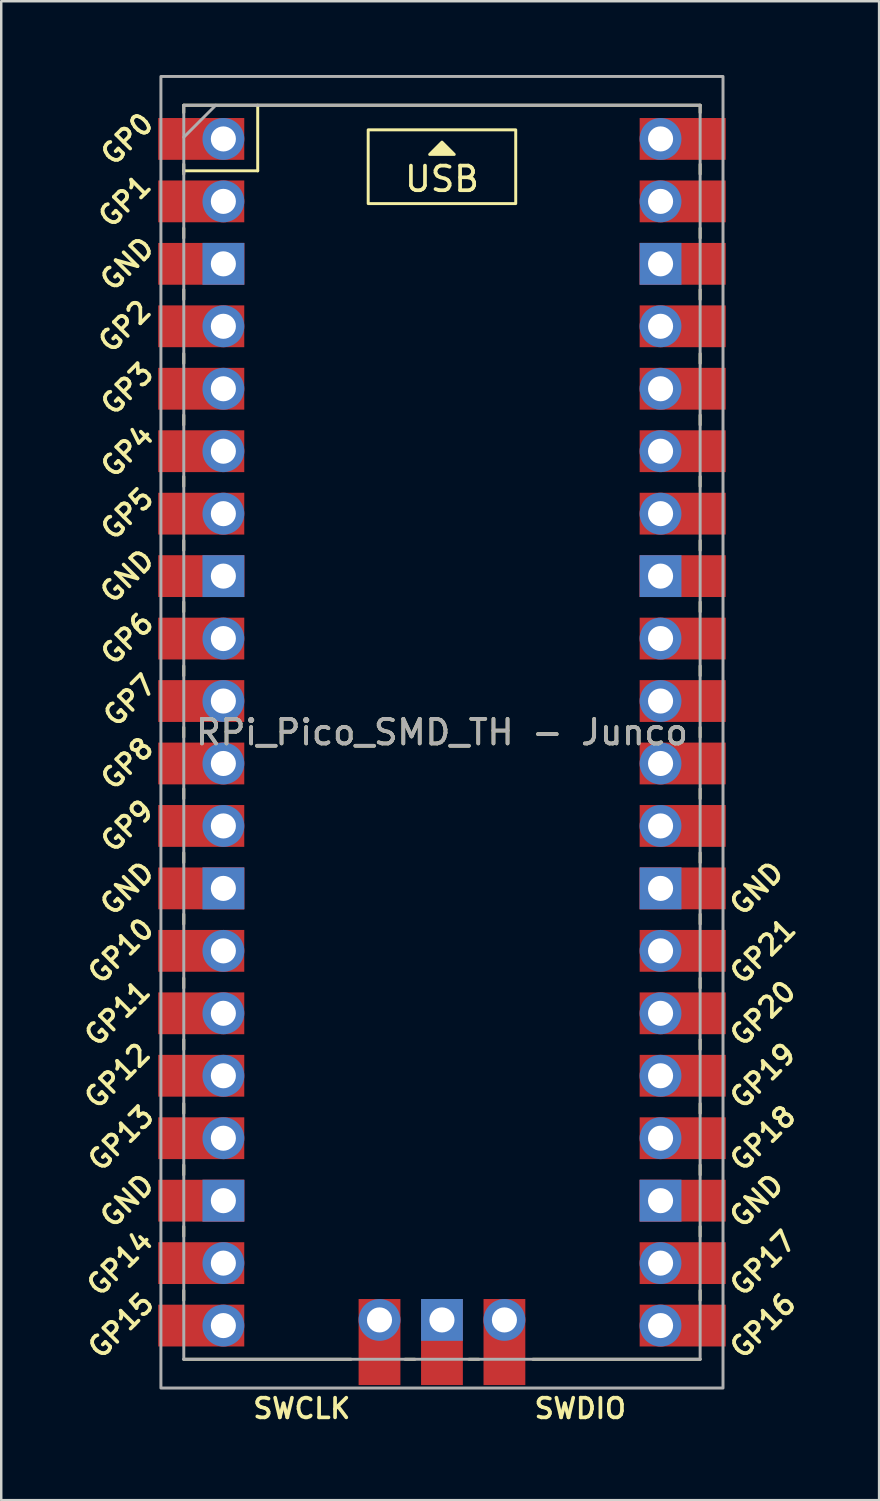
<source format=kicad_pcb>
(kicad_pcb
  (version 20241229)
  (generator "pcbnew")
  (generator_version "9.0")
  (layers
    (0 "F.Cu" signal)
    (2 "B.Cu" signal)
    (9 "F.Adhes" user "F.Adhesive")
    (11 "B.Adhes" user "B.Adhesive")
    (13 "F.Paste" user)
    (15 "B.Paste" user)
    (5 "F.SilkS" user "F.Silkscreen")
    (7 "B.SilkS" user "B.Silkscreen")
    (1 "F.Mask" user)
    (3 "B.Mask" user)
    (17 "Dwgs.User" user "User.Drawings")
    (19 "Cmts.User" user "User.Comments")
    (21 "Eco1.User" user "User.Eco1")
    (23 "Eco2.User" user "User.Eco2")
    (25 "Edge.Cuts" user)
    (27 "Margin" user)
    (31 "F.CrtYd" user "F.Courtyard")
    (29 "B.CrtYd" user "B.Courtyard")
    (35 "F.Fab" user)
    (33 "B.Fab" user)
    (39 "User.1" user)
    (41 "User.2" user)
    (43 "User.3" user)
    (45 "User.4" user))
  (footprint "RPi_Pico_SMD_TH - Junco"
    (layer "F.Cu")
    (at 14.924 26.73)
    (property "Reference" "RPi_Pico_SMD_TH - Junco" (at 0 0 0) (layer "F.SilkS") (effects (font (size 1 1) (thickness 0.15))))
    (attr through_hole)
    (fp_line (start -10.5 -25.5) (end -10.5 -25.2) (stroke (width 0.12) (type solid)) (layer "F.SilkS"))
    (fp_line (start -10.5 -25.5) (end 10.5 -25.5) (stroke (width 0.12) (type solid)) (layer "F.SilkS"))
    (fp_line (start -10.5 -23.1) (end -10.5 -22.7) (stroke (width 0.12) (type solid)) (layer "F.SilkS"))
    (fp_line (start -10.5 -22.833) (end -7.493 -22.833) (stroke (width 0.12) (type solid)) (layer "F.SilkS"))
    (fp_line (start -10.5 -20.5) (end -10.5 -20.1) (stroke (width 0.12) (type solid)) (layer "F.SilkS"))
    (fp_line (start -10.5 -18) (end -10.5 -17.6) (stroke (width 0.12) (type solid)) (layer "F.SilkS"))
    (fp_line (start -10.5 -15.4) (end -10.5 -15) (stroke (width 0.12) (type solid)) (layer "F.SilkS"))
    (fp_line (start -10.5 -12.9) (end -10.5 -12.5) (stroke (width 0.12) (type solid)) (layer "F.SilkS"))
    (fp_line (start -10.5 -10.4) (end -10.5 -10) (stroke (width 0.12) (type solid)) (layer "F.SilkS"))
    (fp_line (start -10.5 -7.8) (end -10.5 -7.4) (stroke (width 0.12) (type solid)) (layer "F.SilkS"))
    (fp_line (start -10.5 -5.3) (end -10.5 -4.9) (stroke (width 0.12) (type solid)) (layer "F.SilkS"))
    (fp_line (start -10.5 -2.7) (end -10.5 -2.3) (stroke (width 0.12) (type solid)) (layer "F.SilkS"))
    (fp_line (start -10.5 -0.2) (end -10.5 0.2) (stroke (width 0.12) (type solid)) (layer "F.SilkS"))
    (fp_line (start -10.5 2.3) (end -10.5 2.7) (stroke (width 0.12) (type solid)) (layer "F.SilkS"))
    (fp_line (start -10.5 4.9) (end -10.5 5.3) (stroke (width 0.12) (type solid)) (layer "F.SilkS"))
    (fp_line (start -10.5 7.4) (end -10.5 7.8) (stroke (width 0.12) (type solid)) (layer "F.SilkS"))
    (fp_line (start -10.5 10) (end -10.5 10.4) (stroke (width 0.12) (type solid)) (layer "F.SilkS"))
    (fp_line (start -10.5 12.5) (end -10.5 12.9) (stroke (width 0.12) (type solid)) (layer "F.SilkS"))
    (fp_line (start -10.5 15.1) (end -10.5 15.5) (stroke (width 0.12) (type solid)) (layer "F.SilkS"))
    (fp_line (start -10.5 17.6) (end -10.5 18) (stroke (width 0.12) (type solid)) (layer "F.SilkS"))
    (fp_line (start -10.5 20.1) (end -10.5 20.5) (stroke (width 0.12) (type solid)) (layer "F.SilkS"))
    (fp_line (start -10.5 22.7) (end -10.5 23.1) (stroke (width 0.12) (type solid)) (layer "F.SilkS"))
    (fp_line (start -7.493 -22.833) (end -7.493 -25.5) (stroke (width 0.12) (type solid)) (layer "F.SilkS"))
    (fp_line (start -3.7 25.5) (end -10.5 25.5) (stroke (width 0.12) (type solid)) (layer "F.SilkS"))
    (fp_line (start -1.5 25.5) (end -1.1 25.5) (stroke (width 0.12) (type solid)) (layer "F.SilkS"))
    (fp_line (start 1.1 25.5) (end 1.5 25.5) (stroke (width 0.12) (type solid)) (layer "F.SilkS"))
    (fp_line (start 10.5 -25.5) (end 10.5 -25.2) (stroke (width 0.12) (type solid)) (layer "F.SilkS"))
    (fp_line (start 10.5 -23.1) (end 10.5 -22.7) (stroke (width 0.12) (type solid)) (layer "F.SilkS"))
    (fp_line (start 10.5 -20.5) (end 10.5 -20.1) (stroke (width 0.12) (type solid)) (layer "F.SilkS"))
    (fp_line (start 10.5 -18) (end 10.5 -17.6) (stroke (width 0.12) (type solid)) (layer "F.SilkS"))
    (fp_line (start 10.5 -15.4) (end 10.5 -15) (stroke (width 0.12) (type solid)) (layer "F.SilkS"))
    (fp_line (start 10.5 -12.9) (end 10.5 -12.5) (stroke (width 0.12) (type solid)) (layer "F.SilkS"))
    (fp_line (start 10.5 -10.4) (end 10.5 -10) (stroke (width 0.12) (type solid)) (layer "F.SilkS"))
    (fp_line (start 10.5 -7.8) (end 10.5 -7.4) (stroke (width 0.12) (type solid)) (layer "F.SilkS"))
    (fp_line (start 10.5 -5.3) (end 10.5 -4.9) (stroke (width 0.12) (type solid)) (layer "F.SilkS"))
    (fp_line (start 10.5 -2.7) (end 10.5 -2.3) (stroke (width 0.12) (type solid)) (layer "F.SilkS"))
    (fp_line (start 10.5 -0.2) (end 10.5 0.2) (stroke (width 0.12) (type solid)) (layer "F.SilkS"))
    (fp_line (start 10.5 2.3) (end 10.5 2.7) (stroke (width 0.12) (type solid)) (layer "F.SilkS"))
    (fp_line (start 10.5 4.9) (end 10.5 5.3) (stroke (width 0.12) (type solid)) (layer "F.SilkS"))
    (fp_line (start 10.5 7.4) (end 10.5 7.8) (stroke (width 0.12) (type solid)) (layer "F.SilkS"))
    (fp_line (start 10.5 10) (end 10.5 10.4) (stroke (width 0.12) (type solid)) (layer "F.SilkS"))
    (fp_line (start 10.5 12.5) (end 10.5 12.9) (stroke (width 0.12) (type solid)) (layer "F.SilkS"))
    (fp_line (start 10.5 15.1) (end 10.5 15.5) (stroke (width 0.12) (type solid)) (layer "F.SilkS"))
    (fp_line (start 10.5 17.6) (end 10.5 18) (stroke (width 0.12) (type solid)) (layer "F.SilkS"))
    (fp_line (start 10.5 20.1) (end 10.5 20.5) (stroke (width 0.12) (type solid)) (layer "F.SilkS"))
    (fp_line (start 10.5 22.7) (end 10.5 23.1) (stroke (width 0.12) (type solid)) (layer "F.SilkS"))
    (fp_line (start 10.5 25.5) (end 3.7 25.5) (stroke (width 0.12) (type solid)) (layer "F.SilkS"))
    (fp_rect (start -3 -24.5) (end 3 -21.5) (stroke (width 0.12) (type solid)) (fill no) (layer "F.SilkS"))
    (fp_poly (pts (xy 0.5 -23.5) (xy -0.5 -23.5) (xy 0 -24)) (stroke (width 0.12) (type solid)) (fill yes) (layer "F.SilkS"))
    (fp_line (start -10.5 -25.5) (end 10.5 -25.5) (stroke (width 0.12) (type solid)) (layer "F.Fab"))
    (fp_line (start -10.5 -24.2) (end -9.2 -25.5) (stroke (width 0.12) (type solid)) (layer "F.Fab"))
    (fp_line (start -10.5 25.5) (end -10.5 -25.5) (stroke (width 0.12) (type solid)) (layer "F.Fab"))
    (fp_line (start 10.5 -25.5) (end 10.5 25.5) (stroke (width 0.12) (type solid)) (layer "F.Fab"))
    (fp_line (start 10.5 25.5) (end -10.5 25.5) (stroke (width 0.12) (type solid)) (layer "F.Fab"))
    (fp_rect (start -11.43 -26.67) (end 11.43 26.67) (stroke (width 0.12) (type solid)) (fill no) (layer "F.Fab"))
    (fp_text user "GP10" (at -13.054 8.89 45) (layer "F.SilkS") (effects (font (size 0.8 0.8) (thickness 0.15))))
    (fp_text user "GP18" (at 13.054 16.51 45) (layer "F.SilkS") (effects (font (size 0.8 0.8) (thickness 0.15))))
    (fp_text user "GP17" (at 13.054 21.59 45) (layer "F.SilkS") (effects (font (size 0.8 0.8) (thickness 0.15))))
    (fp_text user "SWDIO" (at 5.625 27.5 0) (layer "F.SilkS") (effects (font (size 0.8 0.8) (thickness 0.15))))
    (fp_text user "GP5" (at -12.8 -8.89 45) (layer "F.SilkS") (effects (font (size 0.8 0.8) (thickness 0.15))))
    (fp_text user "GP16" (at 13.054 24.13 45) (layer "F.SilkS") (effects (font (size 0.8 0.8) (thickness 0.15))))
    (fp_text user "SWCLK" (at -5.7 27.5 0) (layer "F.SilkS") (effects (font (size 0.8 0.8) (thickness 0.15))))
    (fp_text user "GP0" (at -12.8 -24.13 45) (layer "F.SilkS") (effects (font (size 0.8 0.8) (thickness 0.15))))
    (fp_text user "GP21" (at 13.054 8.9 45) (layer "F.SilkS") (effects (font (size 0.8 0.8) (thickness 0.15))))
    (fp_text user "GP6" (at -12.8 -3.81 45) (layer "F.SilkS") (effects (font (size 0.8 0.8) (thickness 0.15))))
    (fp_text user "GP15" (at -13.054 24.13 45) (layer "F.SilkS") (effects (font (size 0.8 0.8) (thickness 0.15))))
    (fp_text user "GP3" (at -12.8 -13.97 45) (layer "F.SilkS") (effects (font (size 0.8 0.8) (thickness 0.15))))
    (fp_text user "GND" (at -12.8 19.05 45) (layer "F.SilkS") (effects (font (size 0.8 0.8) (thickness 0.15))))
    (fp_text user "GND" (at 12.8 6.35 45) (layer "F.SilkS") (effects (font (size 0.8 0.8) (thickness 0.15))))
    (fp_text user "GP19" (at 13.054 13.97 45) (layer "F.SilkS") (effects (font (size 0.8 0.8) (thickness 0.15))))
    (fp_text user "GND" (at -12.8 -6.35 45) (layer "F.SilkS") (effects (font (size 0.8 0.8) (thickness 0.15))))
    (fp_text user "GP1" (at -12.9 -21.6 45) (layer "F.SilkS") (effects (font (size 0.8 0.8) (thickness 0.15))))
    (fp_text user "GP2" (at -12.9 -16.51 45) (layer "F.SilkS") (effects (font (size 0.8 0.8) (thickness 0.15))))
    (fp_text user "GND" (at -12.8 6.35 45) (layer "F.SilkS") (effects (font (size 0.8 0.8) (thickness 0.15))))
    (fp_text user "USB" (at 0 -22.5 0) (unlocked yes) (layer "F.SilkS") (effects (font (size 1 1) (thickness 0.15))))
    (fp_text user "GP7" (at -12.7 -1.3 45) (layer "F.SilkS") (effects (font (size 0.8 0.8) (thickness 0.15))))
    (fp_text user "GP8" (at -12.8 1.27 45) (layer "F.SilkS") (effects (font (size 0.8 0.8) (thickness 0.15))))
    (fp_text user "GP11" (at -13.2 11.43 45) (layer "F.SilkS") (effects (font (size 0.8 0.8) (thickness 0.15))))
    (fp_text user "GP14" (at -13.1 21.59 45) (layer "F.SilkS") (effects (font (size 0.8 0.8) (thickness 0.15))))
    (fp_text user "GP20" (at 13.054 11.43 45) (layer "F.SilkS") (effects (font (size 0.8 0.8) (thickness 0.15))))
    (fp_text user "GP13" (at -13.054 16.51 45) (layer "F.SilkS") (effects (font (size 0.8 0.8) (thickness 0.15))))
    (fp_text user "GP4" (at -12.8 -11.43 45) (layer "F.SilkS") (effects (font (size 0.8 0.8) (thickness 0.15))))
    (fp_text user "GND" (at 12.8 19.05 45) (layer "F.SilkS") (effects (font (size 0.8 0.8) (thickness 0.15))))
    (fp_text user "GP12" (at -13.2 13.97 45) (layer "F.SilkS") (effects (font (size 0.8 0.8) (thickness 0.15))))
    (fp_text user "GP9" (at -12.8 3.81 45) (layer "F.SilkS") (effects (font (size 0.8 0.8) (thickness 0.15))))
    (fp_text user "GND" (at -12.8 -19.05 45) (layer "F.SilkS") (effects (font (size 0.8 0.8) (thickness 0.15))))
    (fp_text user "${REFERENCE}" (at 0 0 180) (layer "F.Fab") (effects (font (size 1 1) (thickness 0.15))))
    (pad "1" thru_hole oval (at -8.89 -24.13) (size 1.7 1.7) (drill 1.02) (layers "*.Cu" "*.Mask"))
    (pad "1" smd rect (at -8.89 -24.13) (size 3.5 1.7) (drill (offset -0.9 0)) (layers "F.Cu" "F.Mask"))
    (pad "2" thru_hole oval (at -8.89 -21.59) (size 1.7 1.7) (drill 1.02) (layers "*.Cu" "*.Mask"))
    (pad "2" smd rect (at -8.89 -21.59) (size 3.5 1.7) (drill (offset -0.9 0)) (layers "F.Cu" "F.Mask"))
    (pad "3" thru_hole rect (at -8.89 -19.05) (size 1.7 1.7) (drill 1.02) (layers "*.Cu" "*.Mask"))
    (pad "3" smd rect (at -8.89 -19.05) (size 3.5 1.7) (drill (offset -0.9 0)) (layers "F.Cu" "F.Mask"))
    (pad "4" thru_hole oval (at -8.89 -16.51) (size 1.7 1.7) (drill 1.02) (layers "*.Cu" "*.Mask"))
    (pad "4" smd rect (at -8.89 -16.51) (size 3.5 1.7) (drill (offset -0.9 0)) (layers "F.Cu" "F.Mask"))
    (pad "5" thru_hole oval (at -8.89 -13.97) (size 1.7 1.7) (drill 1.02) (layers "*.Cu" "*.Mask"))
    (pad "5" smd rect (at -8.89 -13.97) (size 3.5 1.7) (drill (offset -0.9 0)) (layers "F.Cu" "F.Mask"))
    (pad "6" thru_hole oval (at -8.89 -11.43) (size 1.7 1.7) (drill 1.02) (layers "*.Cu" "*.Mask"))
    (pad "6" smd rect (at -8.89 -11.43) (size 3.5 1.7) (drill (offset -0.9 0)) (layers "F.Cu" "F.Mask"))
    (pad "7" thru_hole oval (at -8.89 -8.89) (size 1.7 1.7) (drill 1.02) (layers "*.Cu" "*.Mask"))
    (pad "7" smd rect (at -8.89 -8.89) (size 3.5 1.7) (drill (offset -0.9 0)) (layers "F.Cu" "F.Mask"))
    (pad "8" thru_hole rect (at -8.89 -6.35) (size 1.7 1.7) (drill 1.02) (layers "*.Cu" "*.Mask"))
    (pad "8" smd rect (at -8.89 -6.35) (size 3.5 1.7) (drill (offset -0.9 0)) (layers "F.Cu" "F.Mask"))
    (pad "9" thru_hole oval (at -8.89 -3.81) (size 1.7 1.7) (drill 1.02) (layers "*.Cu" "*.Mask"))
    (pad "9" smd rect (at -8.89 -3.81) (size 3.5 1.7) (drill (offset -0.9 0)) (layers "F.Cu" "F.Mask"))
    (pad "10" thru_hole oval (at -8.89 -1.27) (size 1.7 1.7) (drill 1.02) (layers "*.Cu" "*.Mask"))
    (pad "10" smd rect (at -8.89 -1.27) (size 3.5 1.7) (drill (offset -0.9 0)) (layers "F.Cu" "F.Mask"))
    (pad "11" thru_hole oval (at -8.89 1.27) (size 1.7 1.7) (drill 1.02) (layers "*.Cu" "*.Mask"))
    (pad "11" smd rect (at -8.89 1.27) (size 3.5 1.7) (drill (offset -0.9 0)) (layers "F.Cu" "F.Mask"))
    (pad "12" thru_hole oval (at -8.89 3.81) (size 1.7 1.7) (drill 1.02) (layers "*.Cu" "*.Mask"))
    (pad "12" smd rect (at -8.89 3.81) (size 3.5 1.7) (drill (offset -0.9 0)) (layers "F.Cu" "F.Mask"))
    (pad "13" thru_hole rect (at -8.89 6.35) (size 1.7 1.7) (drill 1.02) (layers "*.Cu" "*.Mask"))
    (pad "13" smd rect (at -8.89 6.35) (size 3.5 1.7) (drill (offset -0.9 0)) (layers "F.Cu" "F.Mask"))
    (pad "14" thru_hole oval (at -8.89 8.89) (size 1.7 1.7) (drill 1.02) (layers "*.Cu" "*.Mask"))
    (pad "14" smd rect (at -8.89 8.89) (size 3.5 1.7) (drill (offset -0.9 0)) (layers "F.Cu" "F.Mask"))
    (pad "15" thru_hole oval (at -8.89 11.43) (size 1.7 1.7) (drill 1.02) (layers "*.Cu" "*.Mask"))
    (pad "15" smd rect (at -8.89 11.43) (size 3.5 1.7) (drill (offset -0.9 0)) (layers "F.Cu" "F.Mask"))
    (pad "16" thru_hole oval (at -8.89 13.97) (size 1.7 1.7) (drill 1.02) (layers "*.Cu" "*.Mask"))
    (pad "16" smd rect (at -8.89 13.97) (size 3.5 1.7) (drill (offset -0.9 0)) (layers "F.Cu" "F.Mask"))
    (pad "17" thru_hole oval (at -8.89 16.51) (size 1.7 1.7) (drill 1.02) (layers "*.Cu" "*.Mask"))
    (pad "17" smd rect (at -8.89 16.51) (size 3.5 1.7) (drill (offset -0.9 0)) (layers "F.Cu" "F.Mask"))
    (pad "18" thru_hole rect (at -8.89 19.05) (size 1.7 1.7) (drill 1.02) (layers "*.Cu" "*.Mask"))
    (pad "18" smd rect (at -8.89 19.05) (size 3.5 1.7) (drill (offset -0.9 0)) (layers "F.Cu" "F.Mask"))
    (pad "19" thru_hole oval (at -8.89 21.59) (size 1.7 1.7) (drill 1.02) (layers "*.Cu" "*.Mask"))
    (pad "19" smd rect (at -8.89 21.59) (size 3.5 1.7) (drill (offset -0.9 0)) (layers "F.Cu" "F.Mask"))
    (pad "20" thru_hole oval (at -8.89 24.13) (size 1.7 1.7) (drill 1.02) (layers "*.Cu" "*.Mask"))
    (pad "20" smd rect (at -8.89 24.13) (size 3.5 1.7) (drill (offset -0.9 0)) (layers "F.Cu" "F.Mask"))
    (pad "21" thru_hole oval (at 8.89 24.13) (size 1.7 1.7) (drill 1.02) (layers "*.Cu" "*.Mask"))
    (pad "21" smd rect (at 8.89 24.13) (size 3.5 1.7) (drill (offset 0.9 0)) (layers "F.Cu" "F.Mask"))
    (pad "22" thru_hole oval (at 8.89 21.59) (size 1.7 1.7) (drill 1.02) (layers "*.Cu" "*.Mask"))
    (pad "22" smd rect (at 8.89 21.59) (size 3.5 1.7) (drill (offset 0.9 0)) (layers "F.Cu" "F.Mask"))
    (pad "23" thru_hole rect (at 8.89 19.05) (size 1.7 1.7) (drill 1.02) (layers "*.Cu" "*.Mask"))
    (pad "23" smd rect (at 8.89 19.05) (size 3.5 1.7) (drill (offset 0.9 0)) (layers "F.Cu" "F.Mask"))
    (pad "24" thru_hole oval (at 8.89 16.51) (size 1.7 1.7) (drill 1.02) (layers "*.Cu" "*.Mask"))
    (pad "24" smd rect (at 8.89 16.51) (size 3.5 1.7) (drill (offset 0.9 0)) (layers "F.Cu" "F.Mask"))
    (pad "25" thru_hole oval (at 8.89 13.97) (size 1.7 1.7) (drill 1.02) (layers "*.Cu" "*.Mask"))
    (pad "25" smd rect (at 8.89 13.97) (size 3.5 1.7) (drill (offset 0.9 0)) (layers "F.Cu" "F.Mask"))
    (pad "26" thru_hole oval (at 8.89 11.43) (size 1.7 1.7) (drill 1.02) (layers "*.Cu" "*.Mask"))
    (pad "26" smd rect (at 8.89 11.43) (size 3.5 1.7) (drill (offset 0.9 0)) (layers "F.Cu" "F.Mask"))
    (pad "27" thru_hole oval (at 8.89 8.89) (size 1.7 1.7) (drill 1.02) (layers "*.Cu" "*.Mask"))
    (pad "27" smd rect (at 8.89 8.89) (size 3.5 1.7) (drill (offset 0.9 0)) (layers "F.Cu" "F.Mask"))
    (pad "28" thru_hole rect (at 8.89 6.35) (size 1.7 1.7) (drill 1.02) (layers "*.Cu" "*.Mask"))
    (pad "28" smd rect (at 8.89 6.35) (size 3.5 1.7) (drill (offset 0.9 0)) (layers "F.Cu" "F.Mask"))
    (pad "29" thru_hole oval (at 8.89 3.81) (size 1.7 1.7) (drill 1.02) (layers "*.Cu" "*.Mask"))
    (pad "29" smd rect (at 8.89 3.81) (size 3.5 1.7) (drill (offset 0.9 0)) (layers "F.Cu" "F.Mask"))
    (pad "30" thru_hole oval (at 8.89 1.27) (size 1.7 1.7) (drill 1.02) (layers "*.Cu" "*.Mask"))
    (pad "30" smd rect (at 8.89 1.27) (size 3.5 1.7) (drill (offset 0.9 0)) (layers "F.Cu" "F.Mask"))
    (pad "31" thru_hole oval (at 8.89 -1.27) (size 1.7 1.7) (drill 1.02) (layers "*.Cu" "*.Mask"))
    (pad "31" smd rect (at 8.89 -1.27) (size 3.5 1.7) (drill (offset 0.9 0)) (layers "F.Cu" "F.Mask"))
    (pad "32" thru_hole oval (at 8.89 -3.81) (size 1.7 1.7) (drill 1.02) (layers "*.Cu" "*.Mask"))
    (pad "32" smd rect (at 8.89 -3.81) (size 3.5 1.7) (drill (offset 0.9 0)) (layers "F.Cu" "F.Mask"))
    (pad "33" thru_hole rect (at 8.89 -6.35) (size 1.7 1.7) (drill 1.02) (layers "*.Cu" "*.Mask"))
    (pad "33" smd rect (at 8.89 -6.35) (size 3.5 1.7) (drill (offset 0.9 0)) (layers "F.Cu" "F.Mask"))
    (pad "34" thru_hole oval (at 8.89 -8.89) (size 1.7 1.7) (drill 1.02) (layers "*.Cu" "*.Mask"))
    (pad "34" smd rect (at 8.89 -8.89) (size 3.5 1.7) (drill (offset 0.9 0)) (layers "F.Cu" "F.Mask"))
    (pad "35" thru_hole oval (at 8.89 -11.43) (size 1.7 1.7) (drill 1.02) (layers "*.Cu" "*.Mask"))
    (pad "35" smd rect (at 8.89 -11.43) (size 3.5 1.7) (drill (offset 0.9 0)) (layers "F.Cu" "F.Mask"))
    (pad "36" thru_hole oval (at 8.89 -13.97) (size 1.7 1.7) (drill 1.02) (layers "*.Cu" "*.Mask"))
    (pad "36" smd rect (at 8.89 -13.97) (size 3.5 1.7) (drill (offset 0.9 0)) (layers "F.Cu" "F.Mask"))
    (pad "37" thru_hole oval (at 8.89 -16.51) (size 1.7 1.7) (drill 1.02) (layers "*.Cu" "*.Mask"))
    (pad "37" smd rect (at 8.89 -16.51) (size 3.5 1.7) (drill (offset 0.9 0)) (layers "F.Cu" "F.Mask"))
    (pad "38" thru_hole rect (at 8.89 -19.05) (size 1.7 1.7) (drill 1.02) (layers "*.Cu" "*.Mask"))
    (pad "38" smd rect (at 8.89 -19.05) (size 3.5 1.7) (drill (offset 0.9 0)) (layers "F.Cu" "F.Mask"))
    (pad "39" thru_hole oval (at 8.89 -21.59) (size 1.7 1.7) (drill 1.02) (layers "*.Cu" "*.Mask"))
    (pad "39" smd rect (at 8.89 -21.59) (size 3.5 1.7) (drill (offset 0.9 0)) (layers "F.Cu" "F.Mask"))
    (pad "40" thru_hole oval (at 8.89 -24.13) (size 1.7 1.7) (drill 1.02) (layers "*.Cu" "*.Mask"))
    (pad "40" smd rect (at 8.89 -24.13) (size 3.5 1.7) (drill (offset 0.9 0)) (layers "F.Cu" "F.Mask"))
    (pad "41" thru_hole oval (at -2.54 23.9) (size 1.7 1.7) (drill 1.02) (layers "*.Cu" "*.Mask"))
    (pad "41" smd rect (at -2.54 23.9 90) (size 3.5 1.7) (drill (offset -0.9 0)) (layers "F.Cu" "F.Mask"))
    (pad "42" thru_hole rect (at 0 23.9) (size 1.7 1.7) (drill 1.02) (layers "*.Cu" "*.Mask"))
    (pad "42" smd rect (at 0 23.9 90) (size 3.5 1.7) (drill (offset -0.9 0)) (layers "F.Cu" "F.Mask"))
    (pad "43" thru_hole oval (at 2.54 23.9) (size 1.7 1.7) (drill 1.02) (layers "*.Cu" "*.Mask"))
    (pad "43" smd rect (at 2.54 23.9 90) (size 3.5 1.7) (drill (offset -0.9 0)) (layers "F.Cu" "F.Mask")))
  (gr_rect
    (start -3 -3)
    (end 32.702 57.961)
    (stroke (width 0.1) (type default))
    (fill no)
    (layer "Edge.Cuts")))
</source>
